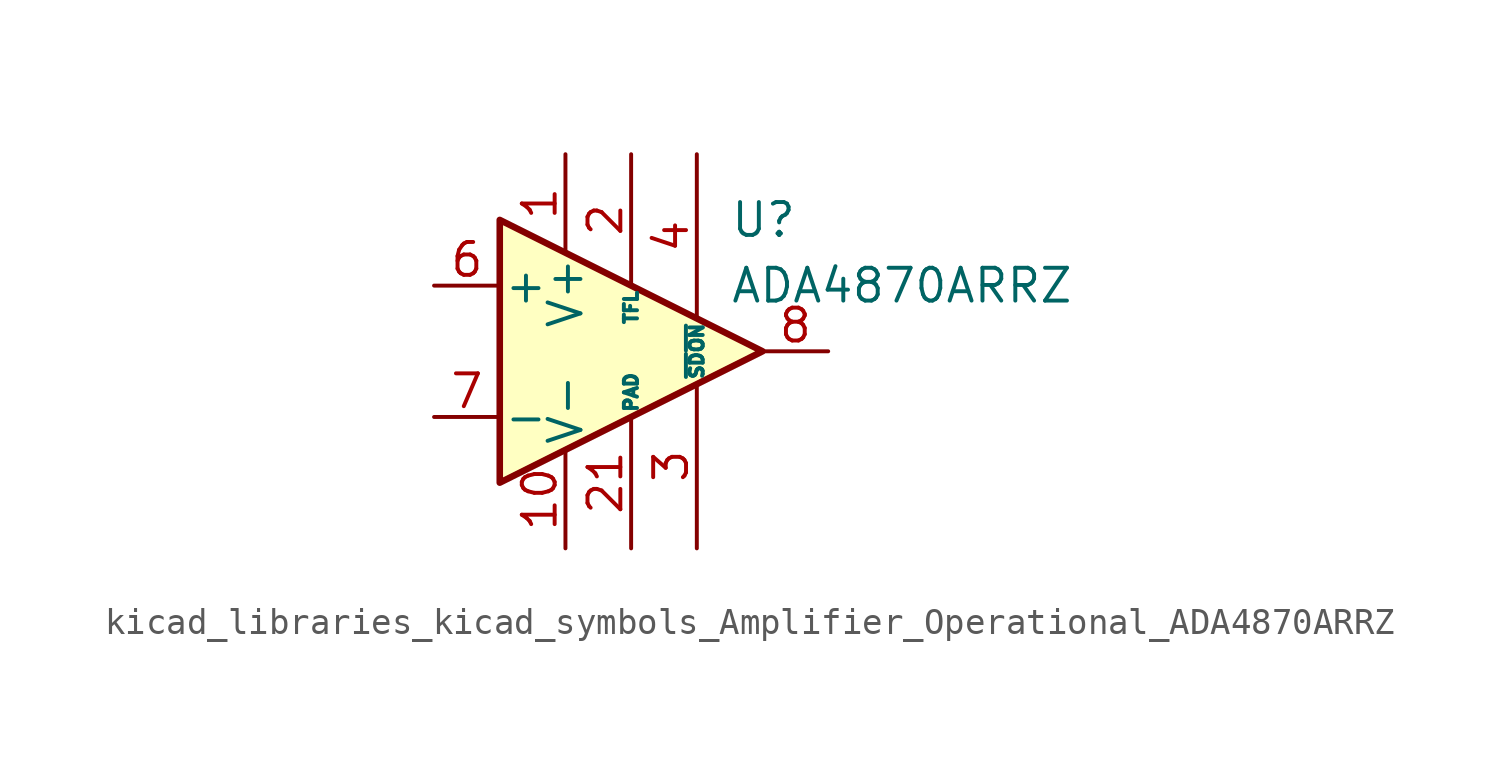
<source format=kicad_sym>
(kicad_symbol_lib
  (version 20220914)
  (generator kicad_symbol_editor)
  (symbol "kicad_libraries_kicad_symbols_Amplifier_Operational_ADA4870ARRZ"
    (pin_names
      (offset 0.127))
    (property "Reference" "U"
      (at 3.81 5.08 0)
      (effects (font (size 1.27 1.27)) (justify left)))
    (property "Value" "ADA4870ARRZ"
      (at 3.81 2.54 0)
      (effects (font (size 1.27 1.27)) (justify left)))
    (symbol "kicad_libraries_kicad_symbols_Amplifier_Operational_ADA4870ARRZ_0_1"
      (polyline (pts (xy -5.08 5.08) (xy 5.08 0) (xy -5.08 -5.08) (xy -5.08 5.08)) (stroke (width 0.254) (type default)) (fill (type background))))
    (symbol "kicad_libraries_kicad_symbols_Amplifier_Operational_ADA4870ARRZ_1_1"
      (pin power_in line (at -2.54 7.62 270) (length 3.81) (name "V+" (effects (font (size 1.27 1.27)))) (number "1" (effects (font (size 1.27 1.27)))))
      (pin power_in line (at -2.54 -7.62 90) (length 3.81) (name "V-" (effects (font (size 1.27 1.27)))) (number "10" (effects (font (size 1.27 1.27)))))
      (pin passive line (at -2.54 -7.62 90) (length 3.81) hide (name "V-" (effects (font (size 1.27 1.27)))) (number "11" (effects (font (size 1.27 1.27)))))
      (pin passive line (at -2.54 -7.62 90) (length 3.81) hide (name "V-" (effects (font (size 1.27 1.27)))) (number "12" (effects (font (size 1.27 1.27)))))
      (pin passive line (at -2.54 -7.62 90) (length 3.81) hide (name "V-" (effects (font (size 1.27 1.27)))) (number "13" (effects (font (size 1.27 1.27)))))
      (pin passive line (at 7.62 0 180) (length 2.54) hide (name "~" (effects (font (size 1.27 1.27)))) (number "14" (effects (font (size 1.27 1.27)))))
      (pin passive line (at 7.62 0 180) (length 2.54) hide (name "~" (effects (font (size 1.27 1.27)))) (number "15" (effects (font (size 1.27 1.27)))))
      (pin passive line (at 7.62 0 180) (length 2.54) hide (name "~" (effects (font (size 1.27 1.27)))) (number "16" (effects (font (size 1.27 1.27)))))
      (pin passive line (at 7.62 0 180) (length 2.54) hide (name "~" (effects (font (size 1.27 1.27)))) (number "17" (effects (font (size 1.27 1.27)))))
      (pin passive line (at -2.54 7.62 270) (length 3.81) hide (name "V+" (effects (font (size 1.27 1.27)))) (number "18" (effects (font (size 1.27 1.27)))))
      (pin passive line (at -2.54 7.62 270) (length 3.81) hide (name "V+" (effects (font (size 1.27 1.27)))) (number "19" (effects (font (size 1.27 1.27)))))
      (pin passive line (at 0 7.62 270) (length 5.08) (name "TFL" (effects (font (size 0.508 0.508)))) (number "2" (effects (font (size 1.27 1.27)))))
      (pin passive line (at -2.54 7.62 270) (length 3.81) hide (name "V+" (effects (font (size 1.27 1.27)))) (number "20" (effects (font (size 1.27 1.27)))))
      (pin passive line (at 0 -7.62 90) (length 5.08) (name "PAD" (effects (font (size 0.508 0.508)))) (number "21" (effects (font (size 1.27 1.27)))))
      (pin input line (at 2.54 -7.62 90) (length 6.35) (name "~{SD}" (effects (font (size 0.508 0.508)))) (number "3" (effects (font (size 1.27 1.27)))))
      (pin input line (at 2.54 7.62 270) (length 6.35) (name "~{ON}" (effects (font (size 0.508 0.508)))) (number "4" (effects (font (size 1.27 1.27)))))
      (pin no_connect line (at -5.08 -5.08 90) (length 2.54) hide (name "NC" (effects (font (size 1.27 1.27)))) (number "5" (effects (font (size 1.27 1.27)))))
      (pin input line (at -7.62 2.54 0) (length 2.54) (name "+" (effects (font (size 1.27 1.27)))) (number "6" (effects (font (size 1.27 1.27)))))
      (pin input line (at -7.62 -2.54 0) (length 2.54) (name "-" (effects (font (size 1.27 1.27)))) (number "7" (effects (font (size 1.27 1.27)))))
      (pin output line (at 7.62 0 180) (length 2.54) (name "~" (effects (font (size 1.27 1.27)))) (number "8" (effects (font (size 1.27 1.27)))))
      (pin no_connect line (at -5.08 5.08 270) (length 2.54) hide (name "NC" (effects (font (size 1.27 1.27)))) (number "9" (effects (font (size 1.27 1.27))))))))
</source>
